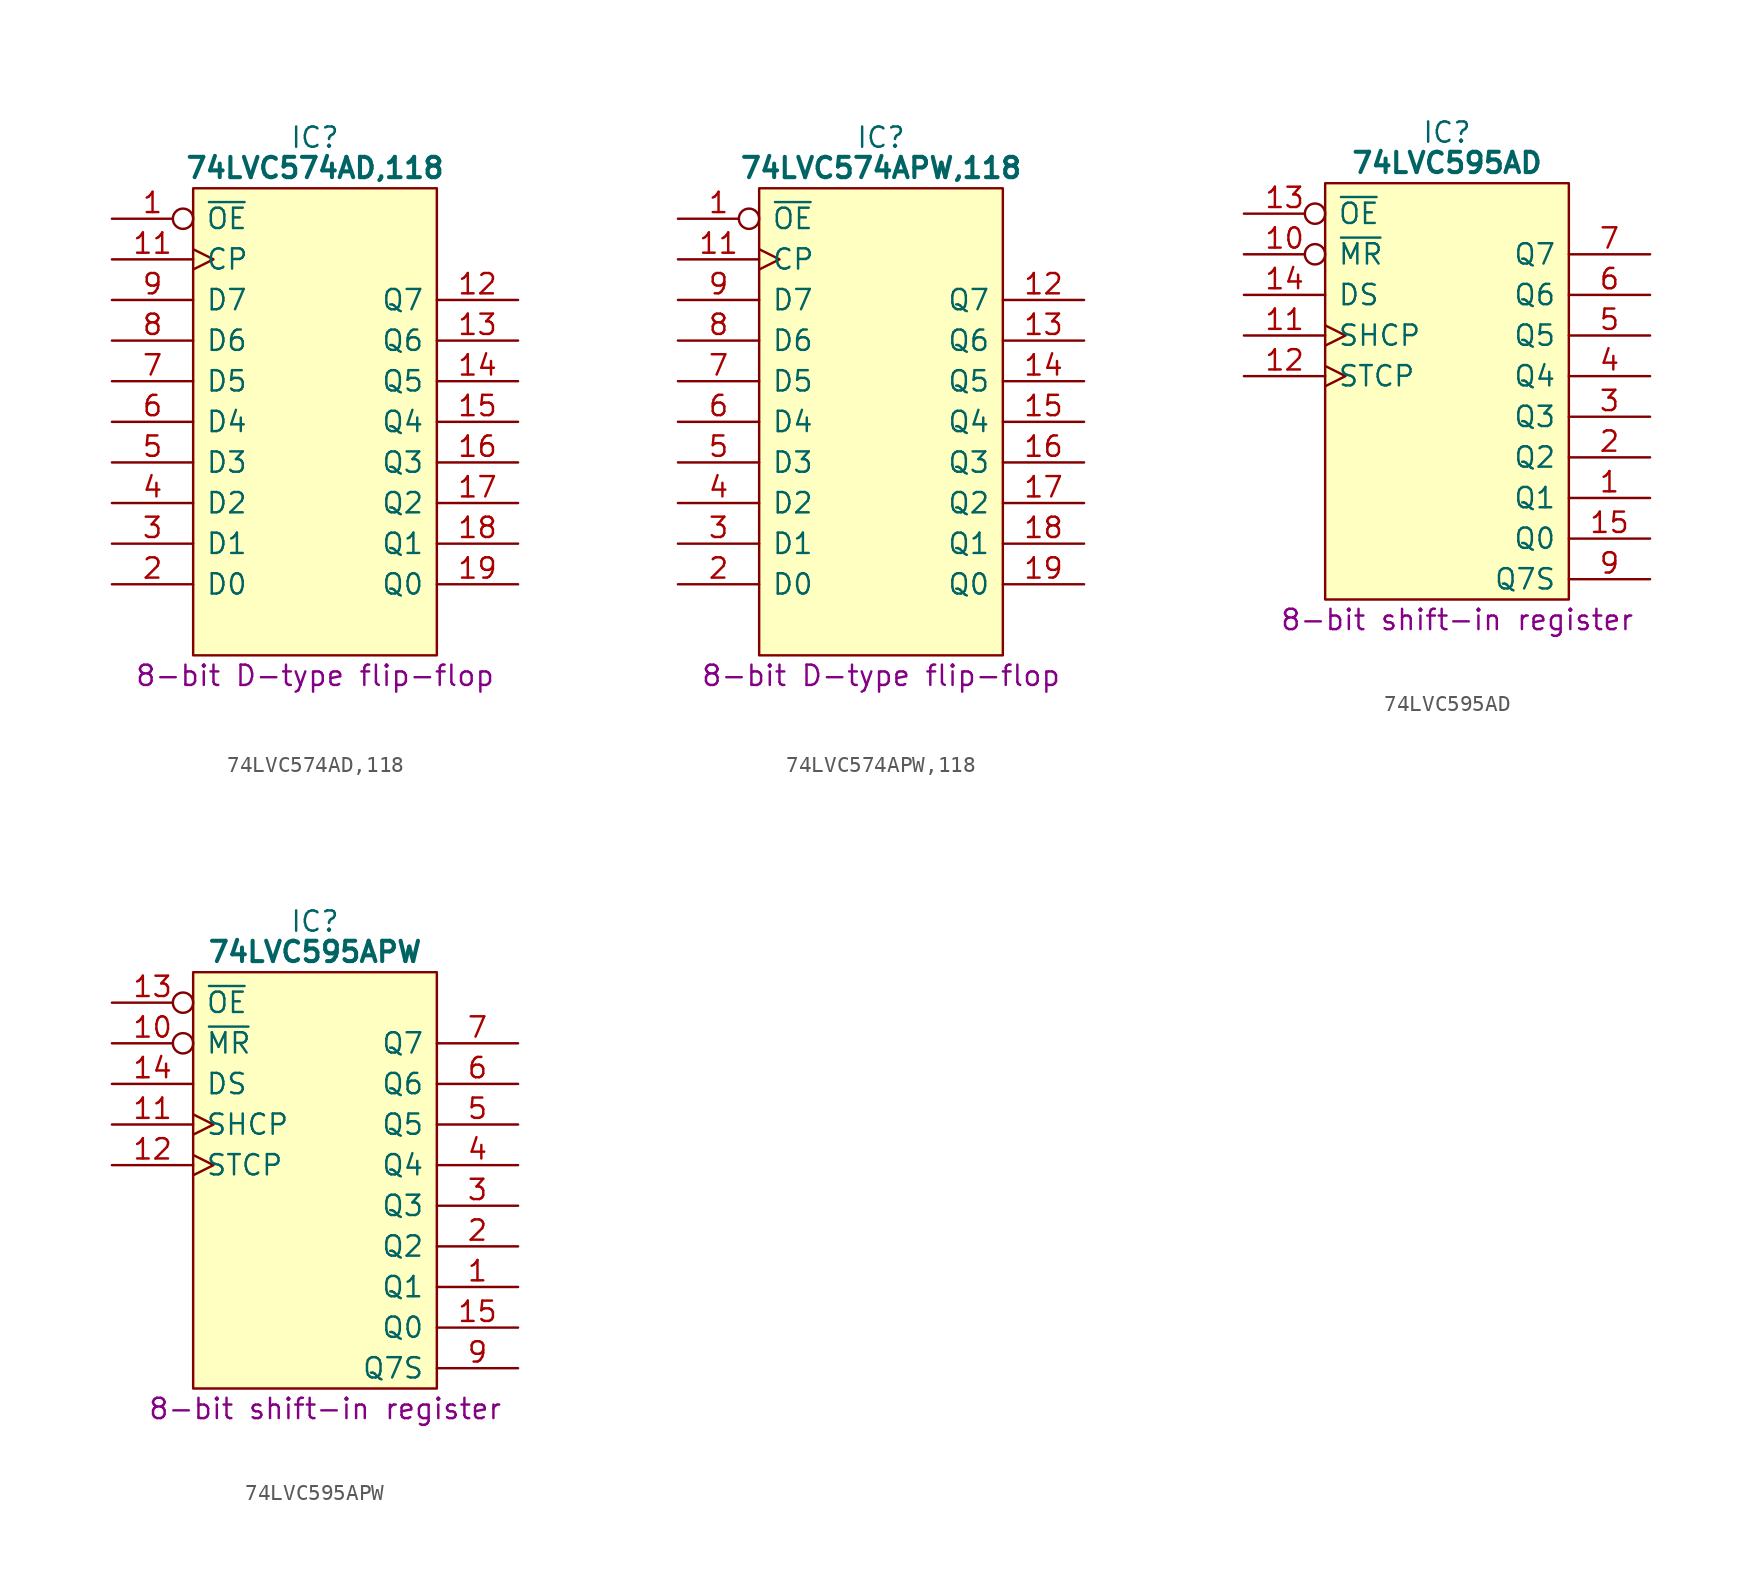
<source format=kicad_sym>
(kicad_symbol_lib
  (version 20231120)
  (generator "kicad_symbol_editor")
  (generator_version "8.0")
  (symbol "74LVC574AD,118"
    (pin_names
      (offset 0.762))
    (property "Reference" "IC"
      (at 12.7 5.08 0)
      (effects (font (size 1.27 1.27))))
    (property "Value" "74LVC574AD,118"
      (at 12.7 3.175 0)
      (effects (font (size 1.27 1.27) (bold yes))))
    (property "Description" "8-bit D-type flip-flop"
      (at 12.7 -28.575 0)
      (effects (font (size 1.27 1.27))))
    (symbol "74LVC574AD,118_0_0"
      (pin input inverted (at 0 0 0) (length 5.08) (name "~{OE}" (effects (font (size 1.27 1.27)))) (number "1" (effects (font (size 1.27 1.27)))))
      (pin passive line (at 0 -25.4 0) (length 5.08) hide (name "GND" (effects (font (size 1.27 1.27)))) (number "10" (effects (font (size 1.27 1.27)))))
      (pin input clock (at 0 -2.54 0) (length 5.08) (name "CP" (effects (font (size 1.27 1.27)))) (number "11" (effects (font (size 1.27 1.27)))))
      (pin output line (at 25.4 -5.08 180) (length 5.08) (name "Q7" (effects (font (size 1.27 1.27)))) (number "12" (effects (font (size 1.27 1.27)))))
      (pin output line (at 25.4 -7.62 180) (length 5.08) (name "Q6" (effects (font (size 1.27 1.27)))) (number "13" (effects (font (size 1.27 1.27)))))
      (pin output line (at 25.4 -10.16 180) (length 5.08) (name "Q5" (effects (font (size 1.27 1.27)))) (number "14" (effects (font (size 1.27 1.27)))))
      (pin output line (at 25.4 -12.7 180) (length 5.08) (name "Q4" (effects (font (size 1.27 1.27)))) (number "15" (effects (font (size 1.27 1.27)))))
      (pin output line (at 25.4 -15.24 180) (length 5.08) (name "Q3" (effects (font (size 1.27 1.27)))) (number "16" (effects (font (size 1.27 1.27)))))
      (pin output line (at 25.4 -17.78 180) (length 5.08) (name "Q2" (effects (font (size 1.27 1.27)))) (number "17" (effects (font (size 1.27 1.27)))))
      (pin output line (at 25.4 -20.32 180) (length 5.08) (name "Q1" (effects (font (size 1.27 1.27)))) (number "18" (effects (font (size 1.27 1.27)))))
      (pin output line (at 25.4 -22.86 180) (length 5.08) (name "Q0" (effects (font (size 1.27 1.27)))) (number "19" (effects (font (size 1.27 1.27)))))
      (pin input line (at 0 -22.86 0) (length 5.08) (name "D0" (effects (font (size 1.27 1.27)))) (number "2" (effects (font (size 1.27 1.27)))))
      (pin passive line (at 25.4 0 180) (length 5.08) hide (name "3V" (effects (font (size 1.27 1.27)))) (number "20" (effects (font (size 1.27 1.27)))))
      (pin input line (at 0 -20.32 0) (length 5.08) (name "D1" (effects (font (size 1.27 1.27)))) (number "3" (effects (font (size 1.27 1.27)))))
      (pin input line (at 0 -17.78 0) (length 5.08) (name "D2" (effects (font (size 1.27 1.27)))) (number "4" (effects (font (size 1.27 1.27)))))
      (pin input line (at 0 -15.24 0) (length 5.08) (name "D3" (effects (font (size 1.27 1.27)))) (number "5" (effects (font (size 1.27 1.27)))))
      (pin input line (at 0 -12.7 0) (length 5.08) (name "D4" (effects (font (size 1.27 1.27)))) (number "6" (effects (font (size 1.27 1.27)))))
      (pin input line (at 0 -10.16 0) (length 5.08) (name "D5" (effects (font (size 1.27 1.27)))) (number "7" (effects (font (size 1.27 1.27)))))
      (pin input line (at 0 -7.62 0) (length 5.08) (name "D6" (effects (font (size 1.27 1.27)))) (number "8" (effects (font (size 1.27 1.27)))))
      (pin input line (at 0 -5.08 0) (length 5.08) (name "D7" (effects (font (size 1.27 1.27)))) (number "9" (effects (font (size 1.27 1.27))))))
    (symbol "74LVC574AD,118_0_1"
      (polyline (pts (xy 5.08 1.905) (xy 20.32 1.905) (xy 20.32 -27.305) (xy 5.08 -27.305) (xy 5.08 1.905)) (stroke (width 0.152) (type default)) (fill (type background)))))
  (symbol "74LVC574APW,118"
    (pin_names
      (offset 0.762))
    (property "Reference" "IC"
      (at 12.7 5.08 0)
      (effects (font (size 1.27 1.27))))
    (property "Value" "74LVC574APW,118"
      (at 12.7 3.175 0)
      (effects (font (size 1.27 1.27) (bold yes))))
    (property "Description" "8-bit D-type flip-flop"
      (at 12.7 -28.575 0)
      (effects (font (size 1.27 1.27))))
    (symbol "74LVC574APW,118_0_0"
      (pin input inverted (at 0 0 0) (length 5.08) (name "~{OE}" (effects (font (size 1.27 1.27)))) (number "1" (effects (font (size 1.27 1.27)))))
      (pin passive line (at 0 -25.4 0) (length 5.08) hide (name "GND" (effects (font (size 1.27 1.27)))) (number "10" (effects (font (size 1.27 1.27)))))
      (pin input clock (at 0 -2.54 0) (length 5.08) (name "CP" (effects (font (size 1.27 1.27)))) (number "11" (effects (font (size 1.27 1.27)))))
      (pin tri_state line (at 25.4 -7.62 180) (length 5.08) (name "Q6" (effects (font (size 1.27 1.27)))) (number "13" (effects (font (size 1.27 1.27)))))
      (pin tri_state line (at 25.4 -10.16 180) (length 5.08) (name "Q5" (effects (font (size 1.27 1.27)))) (number "14" (effects (font (size 1.27 1.27)))))
      (pin tri_state line (at 25.4 -12.7 180) (length 5.08) (name "Q4" (effects (font (size 1.27 1.27)))) (number "15" (effects (font (size 1.27 1.27)))))
      (pin tri_state line (at 25.4 -15.24 180) (length 5.08) (name "Q3" (effects (font (size 1.27 1.27)))) (number "16" (effects (font (size 1.27 1.27)))))
      (pin tri_state line (at 25.4 -17.78 180) (length 5.08) (name "Q2" (effects (font (size 1.27 1.27)))) (number "17" (effects (font (size 1.27 1.27)))))
      (pin tri_state line (at 25.4 -20.32 180) (length 5.08) (name "Q1" (effects (font (size 1.27 1.27)))) (number "18" (effects (font (size 1.27 1.27)))))
      (pin tri_state line (at 25.4 -22.86 180) (length 5.08) (name "Q0" (effects (font (size 1.27 1.27)))) (number "19" (effects (font (size 1.27 1.27)))))
      (pin input line (at 0 -22.86 0) (length 5.08) (name "D0" (effects (font (size 1.27 1.27)))) (number "2" (effects (font (size 1.27 1.27)))))
      (pin passive line (at 25.4 0 180) (length 5.08) hide (name "3V" (effects (font (size 1.27 1.27)))) (number "20" (effects (font (size 1.27 1.27)))))
      (pin input line (at 0 -20.32 0) (length 5.08) (name "D1" (effects (font (size 1.27 1.27)))) (number "3" (effects (font (size 1.27 1.27)))))
      (pin input line (at 0 -17.78 0) (length 5.08) (name "D2" (effects (font (size 1.27 1.27)))) (number "4" (effects (font (size 1.27 1.27)))))
      (pin input line (at 0 -15.24 0) (length 5.08) (name "D3" (effects (font (size 1.27 1.27)))) (number "5" (effects (font (size 1.27 1.27)))))
      (pin input line (at 0 -12.7 0) (length 5.08) (name "D4" (effects (font (size 1.27 1.27)))) (number "6" (effects (font (size 1.27 1.27)))))
      (pin input line (at 0 -10.16 0) (length 5.08) (name "D5" (effects (font (size 1.27 1.27)))) (number "7" (effects (font (size 1.27 1.27)))))
      (pin input line (at 0 -7.62 0) (length 5.08) (name "D6" (effects (font (size 1.27 1.27)))) (number "8" (effects (font (size 1.27 1.27)))))
      (pin input line (at 0 -5.08 0) (length 5.08) (name "D7" (effects (font (size 1.27 1.27)))) (number "9" (effects (font (size 1.27 1.27))))))
    (symbol "74LVC574APW,118_0_1"
      (polyline (pts (xy 5.08 1.905) (xy 20.32 1.905) (xy 20.32 -27.305) (xy 5.08 -27.305) (xy 5.08 1.905)) (stroke (width 0.152) (type default)) (fill (type background))))
    (symbol "74LVC574APW,118_1_0"
      (pin tri_state line (at 25.4 -5.08 180) (length 5.08) (name "Q7" (effects (font (size 1.27 1.27)))) (number "12" (effects (font (size 1.27 1.27)))))))
  (symbol "74LVC595AD"
    (pin_names
      (offset 0.762))
    (property "Reference" "IC"
      (at 12.7 5.08 0)
      (effects (font (size 1.27 1.27))))
    (property "Value" "74LVC595AD"
      (at 12.7 3.175 0)
      (effects (font (size 1.27 1.27) (bold yes))))
    (property "Description" "8-bit shift-in register"
      (at 13.335 -25.4 0)
      (effects (font (size 1.27 1.27))))
    (symbol "74LVC595AD_0_0"
      (pin tri_state line (at 25.4 -17.78 180) (length 5.08) (name "Q1" (effects (font (size 1.27 1.27)))) (number "1" (effects (font (size 1.27 1.27)))))
      (pin input inverted (at 0 -2.54 0) (length 5.08) (name "~{MR}" (effects (font (size 1.27 1.27)))) (number "10" (effects (font (size 1.27 1.27)))))
      (pin input clock (at 0 -7.62 0) (length 5.08) (name "SHCP" (effects (font (size 1.27 1.27)))) (number "11" (effects (font (size 1.27 1.27)))))
      (pin input clock (at 0 -10.16 0) (length 5.08) (name "STCP" (effects (font (size 1.27 1.27)))) (number "12" (effects (font (size 1.27 1.27)))))
      (pin input inverted (at 0 0 0) (length 5.08) (name "~{OE}" (effects (font (size 1.27 1.27)))) (number "13" (effects (font (size 1.27 1.27)))))
      (pin input line (at 0 -5.08 0) (length 5.08) (name "DS" (effects (font (size 1.27 1.27)))) (number "14" (effects (font (size 1.27 1.27)))))
      (pin tri_state line (at 25.4 -15.24 180) (length 5.08) (name "Q2" (effects (font (size 1.27 1.27)))) (number "2" (effects (font (size 1.27 1.27)))))
      (pin tri_state line (at 25.4 -12.7 180) (length 5.08) (name "Q3" (effects (font (size 1.27 1.27)))) (number "3" (effects (font (size 1.27 1.27)))))
      (pin tri_state line (at 25.4 -10.16 180) (length 5.08) (name "Q4" (effects (font (size 1.27 1.27)))) (number "4" (effects (font (size 1.27 1.27)))))
      (pin tri_state line (at 25.4 -7.62 180) (length 5.08) (name "Q5" (effects (font (size 1.27 1.27)))) (number "5" (effects (font (size 1.27 1.27)))))
      (pin tri_state line (at 25.4 -5.08 180) (length 5.08) (name "Q6" (effects (font (size 1.27 1.27)))) (number "6" (effects (font (size 1.27 1.27)))))
      (pin tri_state line (at 25.4 -2.54 180) (length 5.08) (name "Q7" (effects (font (size 1.27 1.27)))) (number "7" (effects (font (size 1.27 1.27)))))
      (pin output line (at 25.4 -22.86 180) (length 5.08) (name "Q7S" (effects (font (size 1.27 1.27)))) (number "9" (effects (font (size 1.27 1.27))))))
    (symbol "74LVC595AD_0_1"
      (polyline (pts (xy 5.08 1.905) (xy 20.32 1.905) (xy 20.32 -24.13) (xy 5.08 -24.13) (xy 5.08 1.905)) (stroke (width 0.152) (type default)) (fill (type background))))
    (symbol "74LVC595AD_1_0"
      (pin tri_state line (at 25.4 -20.32 180) (length 5.08) (name "Q0" (effects (font (size 1.27 1.27)))) (number "15" (effects (font (size 1.27 1.27)))))
      (pin passive line (at 25.4 0 180) (length 5.08) hide (name "3V" (effects (font (size 1.27 1.27)))) (number "16" (effects (font (size 1.27 1.27)))))
      (pin passive line (at 0 -22.86 0) (length 5.08) hide (name "GND" (effects (font (size 1.27 1.27)))) (number "8" (effects (font (size 1.27 1.27)))))))
  (symbol "74LVC595APW"
    (pin_names
      (offset 0.762))
    (property "Reference" "IC"
      (at 12.7 5.08 0)
      (effects (font (size 1.27 1.27))))
    (property "Value" "74LVC595APW"
      (at 12.7 3.175 0)
      (effects (font (size 1.27 1.27) (bold yes))))
    (property "Description" "8-bit shift-in register"
      (at 13.335 -25.4 0)
      (effects (font (size 1.27 1.27))))
    (symbol "74LVC595APW_0_0"
      (pin output line (at 25.4 -17.78 180) (length 5.08) (name "Q1" (effects (font (size 1.27 1.27)))) (number "1" (effects (font (size 1.27 1.27)))))
      (pin input inverted (at 0 -2.54 0) (length 5.08) (name "~{MR}" (effects (font (size 1.27 1.27)))) (number "10" (effects (font (size 1.27 1.27)))))
      (pin input clock (at 0 -7.62 0) (length 5.08) (name "SHCP" (effects (font (size 1.27 1.27)))) (number "11" (effects (font (size 1.27 1.27)))))
      (pin input clock (at 0 -10.16 0) (length 5.08) (name "STCP" (effects (font (size 1.27 1.27)))) (number "12" (effects (font (size 1.27 1.27)))))
      (pin input inverted (at 0 0 0) (length 5.08) (name "~{OE}" (effects (font (size 1.27 1.27)))) (number "13" (effects (font (size 1.27 1.27)))))
      (pin input line (at 0 -5.08 0) (length 5.08) (name "DS" (effects (font (size 1.27 1.27)))) (number "14" (effects (font (size 1.27 1.27)))))
      (pin output line (at 25.4 -20.32 180) (length 5.08) (name "Q0" (effects (font (size 1.27 1.27)))) (number "15" (effects (font (size 1.27 1.27)))))
      (pin output line (at 25.4 -15.24 180) (length 5.08) (name "Q2" (effects (font (size 1.27 1.27)))) (number "2" (effects (font (size 1.27 1.27)))))
      (pin output line (at 25.4 -12.7 180) (length 5.08) (name "Q3" (effects (font (size 1.27 1.27)))) (number "3" (effects (font (size 1.27 1.27)))))
      (pin output line (at 25.4 -10.16 180) (length 5.08) (name "Q4" (effects (font (size 1.27 1.27)))) (number "4" (effects (font (size 1.27 1.27)))))
      (pin output line (at 25.4 -7.62 180) (length 5.08) (name "Q5" (effects (font (size 1.27 1.27)))) (number "5" (effects (font (size 1.27 1.27)))))
      (pin output line (at 25.4 -5.08 180) (length 5.08) (name "Q6" (effects (font (size 1.27 1.27)))) (number "6" (effects (font (size 1.27 1.27)))))
      (pin output line (at 25.4 -2.54 180) (length 5.08) (name "Q7" (effects (font (size 1.27 1.27)))) (number "7" (effects (font (size 1.27 1.27)))))
      (pin output line (at 25.4 -22.86 180) (length 5.08) (name "Q7S" (effects (font (size 1.27 1.27)))) (number "9" (effects (font (size 1.27 1.27))))))
    (symbol "74LVC595APW_0_1"
      (polyline (pts (xy 5.08 1.905) (xy 20.32 1.905) (xy 20.32 -24.13) (xy 5.08 -24.13) (xy 5.08 1.905)) (stroke (width 0.152) (type default)) (fill (type background))))
    (symbol "74LVC595APW_1_0"
      (pin passive line (at 25.4 0 180) (length 5.08) hide (name "3V" (effects (font (size 1.27 1.27)))) (number "16" (effects (font (size 1.27 1.27)))))
      (pin passive line (at 0 -22.86 0) (length 5.08) hide (name "GND" (effects (font (size 1.27 1.27)))) (number "8" (effects (font (size 1.27 1.27))))))))
</source>
